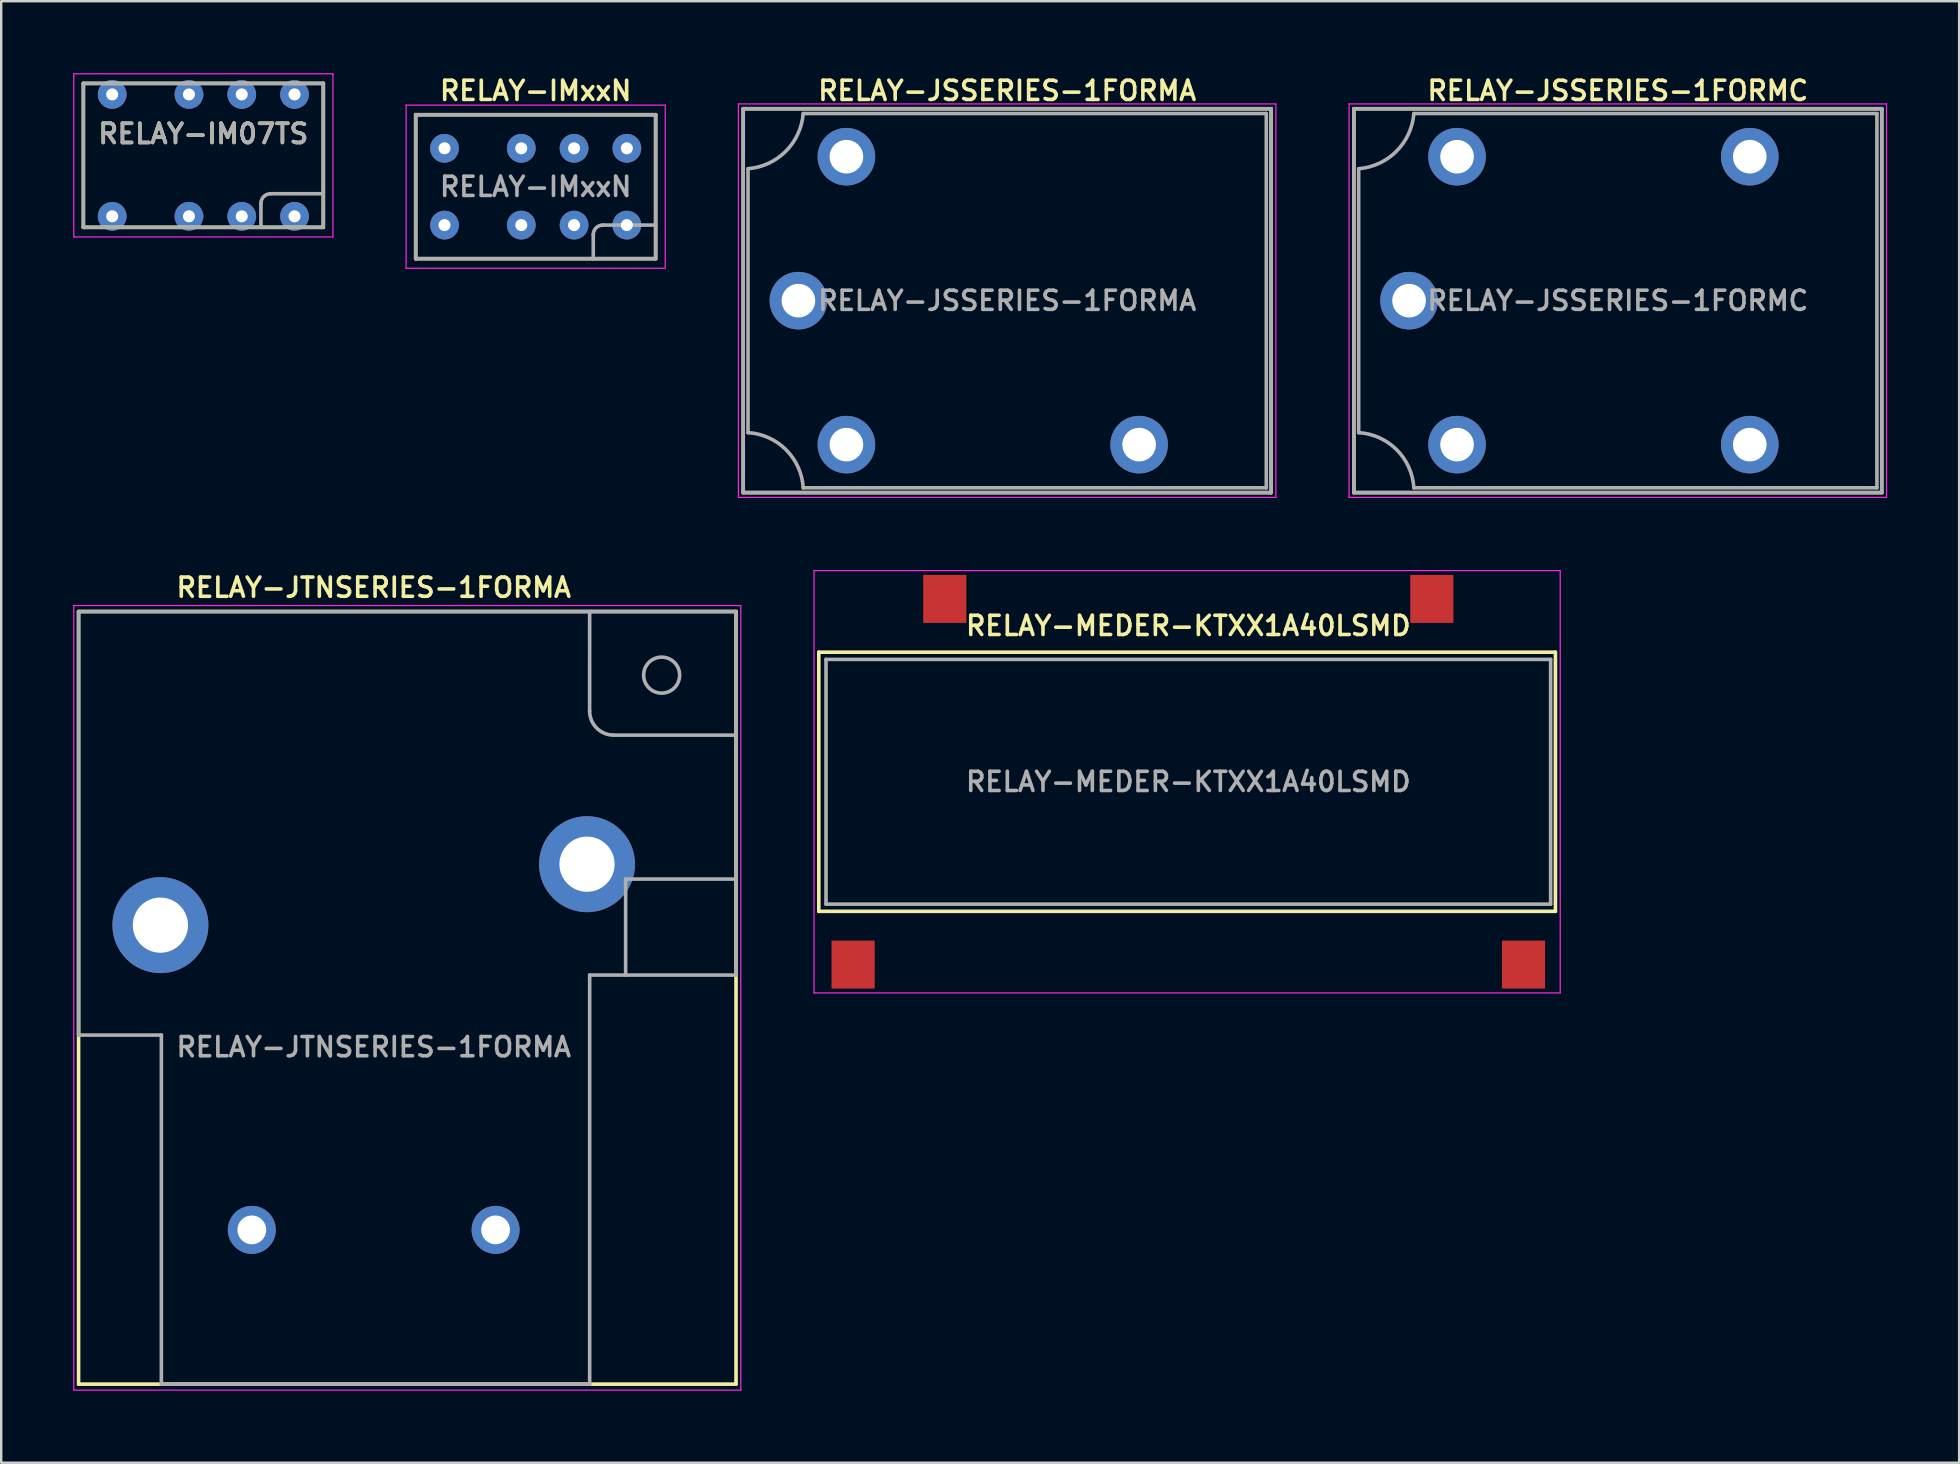
<source format=kicad_pcb>
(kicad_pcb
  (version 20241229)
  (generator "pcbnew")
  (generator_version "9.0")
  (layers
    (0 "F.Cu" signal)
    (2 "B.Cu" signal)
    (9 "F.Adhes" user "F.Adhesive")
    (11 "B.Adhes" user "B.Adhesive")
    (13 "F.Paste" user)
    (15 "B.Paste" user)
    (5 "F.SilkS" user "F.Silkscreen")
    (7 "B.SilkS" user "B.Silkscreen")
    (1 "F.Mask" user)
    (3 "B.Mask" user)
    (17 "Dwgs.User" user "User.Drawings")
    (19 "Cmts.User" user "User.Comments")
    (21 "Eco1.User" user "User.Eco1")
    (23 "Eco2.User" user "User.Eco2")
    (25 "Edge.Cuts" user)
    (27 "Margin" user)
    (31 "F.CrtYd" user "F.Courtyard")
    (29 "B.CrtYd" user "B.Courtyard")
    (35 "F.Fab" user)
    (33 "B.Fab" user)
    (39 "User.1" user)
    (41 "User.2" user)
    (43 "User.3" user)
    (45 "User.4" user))
  (footprint "RELAY-IMxxN"
    (layer "F.Cu")
    (at 19.275 4.731)
    (property "Reference" "RELAY-IMxxN" (at 0 -4 0) (layer "F.SilkS") (effects (font (size 0.8 0.8) (thickness 0.15))))
    (attr through_hole)
    (fp_line (start -5 -3) (end 5 -3) (stroke (width 0.15) (type solid)) (layer "F.SilkS"))
    (fp_line (start -5 3) (end -5 -3) (stroke (width 0.15) (type solid)) (layer "F.SilkS"))
    (fp_line (start 5 -3) (end 5 3) (stroke (width 0.15) (type solid)) (layer "F.SilkS"))
    (fp_line (start 5 3) (end -5 3) (stroke (width 0.15) (type solid)) (layer "F.SilkS"))
    (fp_line (start -5.4 -3.4) (end 5.4 -3.4) (stroke (width 0.05) (type solid)) (layer "F.CrtYd"))
    (fp_line (start -5.4 3.4) (end -5.4 -3.4) (stroke (width 0.05) (type solid)) (layer "F.CrtYd"))
    (fp_line (start 5.4 -3.4) (end 5.4 3.4) (stroke (width 0.05) (type solid)) (layer "F.CrtYd"))
    (fp_line (start 5.4 3.4) (end -5.4 3.4) (stroke (width 0.05) (type solid)) (layer "F.CrtYd"))
    (fp_line (start -5 -3) (end 5 -3) (stroke (width 0.15) (type solid)) (layer "F.Fab"))
    (fp_line (start -5 3) (end -5 -3) (stroke (width 0.15) (type solid)) (layer "F.Fab"))
    (fp_line (start 2.4 3) (end 2.4 2) (stroke (width 0.15) (type solid)) (layer "F.Fab"))
    (fp_line (start 2.8 1.6) (end 5 1.6) (stroke (width 0.15) (type solid)) (layer "F.Fab"))
    (fp_line (start 5 -3) (end 5 3) (stroke (width 0.15) (type solid)) (layer "F.Fab"))
    (fp_line (start 5 3) (end -5 3) (stroke (width 0.15) (type solid)) (layer "F.Fab"))
    (fp_arc (start 2.4 2) (mid 2.517157 1.717157) (end 2.8 1.6) (stroke (width 0.15) (type solid)) (layer "F.Fab"))
    (fp_text user "${REFERENCE}" (at 0 0 0) (layer "F.Fab") (effects (font (size 0.8 0.8) (thickness 0.15))))
    (pad "1" thru_hole circle (at -3.8 1.6) (size 1.2 1.2) (drill 0.5) (layers "*.Cu" "*.Mask"))
    (pad "2" thru_hole circle (at -0.6 1.6) (size 1.2 1.2) (drill 0.5) (layers "*.Cu" "*.Mask"))
    (pad "3" thru_hole circle (at 1.6 1.6) (size 1.2 1.2) (drill 0.5) (layers "*.Cu" "*.Mask"))
    (pad "4" thru_hole circle (at 3.8 1.6) (size 1.2 1.2) (drill 0.5) (layers "*.Cu" "*.Mask"))
    (pad "5" thru_hole circle (at 3.8 -1.6) (size 1.2 1.2) (drill 0.5) (layers "*.Cu" "*.Mask"))
    (pad "6" thru_hole circle (at 1.6 -1.6) (size 1.2 1.2) (drill 0.5) (layers "*.Cu" "*.Mask"))
    (pad "7" thru_hole circle (at -0.6 -1.6) (size 1.2 1.2) (drill 0.5) (layers "*.Cu" "*.Mask"))
    (pad "8" thru_hole circle (at -3.8 -1.6) (size 1.2 1.2) (drill 0.5) (layers "*.Cu" "*.Mask")))
  (footprint "RELAY-MEDER-KTXX1A40LSMD"
    (layer "F.Cu")
    (at 46.475 29.531)
    (property "Reference" "RELAY-MEDER-KTXX1A40LSMD" (at 0 -6.5 0) (layer "F.SilkS") (effects (font (size 0.8 0.8) (thickness 0.15))))
    (attr through_hole)
    (fp_line (start -15.4 -5.4) (end 15.3 -5.4) (stroke (width 0.15) (type solid)) (layer "F.SilkS"))
    (fp_line (start -15.4 5.4) (end -15.4 -5.4) (stroke (width 0.15) (type solid)) (layer "F.SilkS"))
    (fp_line (start 15.3 -5.4) (end 15.3 5.4) (stroke (width 0.15) (type solid)) (layer "F.SilkS"))
    (fp_line (start 15.3 5.4) (end -15.4 5.4) (stroke (width 0.15) (type solid)) (layer "F.SilkS"))
    (fp_line (start -15.6 -8.8) (end 15.5 -8.8) (stroke (width 0.05) (type solid)) (layer "F.CrtYd"))
    (fp_line (start -15.6 8.8) (end -15.6 -8.8) (stroke (width 0.05) (type solid)) (layer "F.CrtYd"))
    (fp_line (start 15.5 -8.8) (end 15.5 8.8) (stroke (width 0.05) (type solid)) (layer "F.CrtYd"))
    (fp_line (start 15.5 8.8) (end -15.6 8.8) (stroke (width 0.05) (type solid)) (layer "F.CrtYd"))
    (fp_line (start -15.1 -5.1) (end 15.1 -5.1) (stroke (width 0.15) (type solid)) (layer "F.Fab"))
    (fp_line (start -15.1 5.1) (end -15.1 -5.1) (stroke (width 0.15) (type solid)) (layer "F.Fab"))
    (fp_line (start 15.1 -5.1) (end 15.1 5.1) (stroke (width 0.15) (type solid)) (layer "F.Fab"))
    (fp_line (start 15.1 5.1) (end -15.1 5.1) (stroke (width 0.15) (type solid)) (layer "F.Fab"))
    (fp_text user "${REFERENCE}" (at 0 0 0) (layer "F.Fab") (effects (font (size 0.8 0.8) (thickness 0.15))))
    (pad "1" smd rect (at -13.97 7.62) (size 1.8 2) (layers "F.Cu" "F.Mask" "F.Paste"))
    (pad "2" smd rect (at 13.97 7.62) (size 1.8 2) (layers "F.Cu" "F.Mask" "F.Paste"))
    (pad "3" smd rect (at 10.15 -7.62) (size 1.8 2) (layers "F.Cu" "F.Mask" "F.Paste"))
    (pad "4" smd rect (at -10.15 -7.62) (size 1.8 2) (layers "F.Cu" "F.Mask" "F.Paste")))
  (footprint "RELAY-JSSERIES-1FORMC"
    (layer "F.Cu")
    (at 64.375 9.481)
    (property "Reference" "RELAY-JSSERIES-1FORMC" (at 0 -8.75 0) (layer "F.SilkS") (effects (font (size 0.8 0.8) (thickness 0.15))))
    (attr through_hole)
    (fp_line (start -11 -8) (end 11 -8) (stroke (width 0.15) (type solid)) (layer "F.SilkS"))
    (fp_line (start -11 8) (end -11 -8) (stroke (width 0.15) (type solid)) (layer "F.SilkS"))
    (fp_line (start 11 -8) (end 11 8) (stroke (width 0.15) (type solid)) (layer "F.SilkS"))
    (fp_line (start 11 8) (end -11 8) (stroke (width 0.15) (type solid)) (layer "F.SilkS"))
    (fp_line (start -11.2 -8.2) (end 11.2 -8.2) (stroke (width 0.05) (type solid)) (layer "F.CrtYd"))
    (fp_line (start -11.2 8.2) (end -11.2 -8.2) (stroke (width 0.05) (type solid)) (layer "F.CrtYd"))
    (fp_line (start 11.2 -8.2) (end 11.2 8.2) (stroke (width 0.05) (type solid)) (layer "F.CrtYd"))
    (fp_line (start 11.2 8.2) (end -11.2 8.2) (stroke (width 0.05) (type solid)) (layer "F.CrtYd"))
    (fp_line (start -11 -8) (end -11 8) (stroke (width 0.15) (type solid)) (layer "F.Fab"))
    (fp_line (start -11 8) (end 11 8) (stroke (width 0.15) (type solid)) (layer "F.Fab"))
    (fp_line (start -10.8 5.5) (end -10.8 -5.5) (stroke (width 0.15) (type solid)) (layer "F.Fab"))
    (fp_line (start -8.5 -7.8) (end 10.8 -7.8) (stroke (width 0.15) (type solid)) (layer "F.Fab"))
    (fp_line (start 10.8 -7.8) (end 10.8 7.8) (stroke (width 0.15) (type solid)) (layer "F.Fab"))
    (fp_line (start 10.8 7.8) (end -8.5 7.8) (stroke (width 0.15) (type solid)) (layer "F.Fab"))
    (fp_line (start 11 -8) (end -11 -8) (stroke (width 0.15) (type solid)) (layer "F.Fab"))
    (fp_line (start 11 8) (end 11 -8) (stroke (width 0.15) (type solid)) (layer "F.Fab"))
    (fp_arc (start -10.8 5.5) (mid -9.214345 6.214345) (end -8.5 7.8) (stroke (width 0.15) (type solid)) (layer "F.Fab"))
    (fp_arc (start -8.5 -7.8) (mid -9.226586 -6.226585) (end -10.800001 -5.5) (stroke (width 0.15) (type solid)) (layer "F.Fab"))
    (fp_text user "${REFERENCE}" (at 0 0 0) (layer "F.Fab") (effects (font (size 0.8 0.8) (thickness 0.15))))
    (pad "1" thru_hole circle (at -8.7 0) (size 2.4 2.4) (drill 1.4) (layers "*.Cu" "*.Mask"))
    (pad "2" thru_hole circle (at -6.7 6) (size 2.4 2.4) (drill 1.4) (layers "*.Cu" "*.Mask"))
    (pad "3" thru_hole circle (at 5.5 6) (size 2.4 2.4) (drill 1.4) (layers "*.Cu" "*.Mask"))
    (pad "4" thru_hole circle (at 5.5 -6) (size 2.4 2.4) (drill 1.4) (layers "*.Cu" "*.Mask"))
    (pad "5" thru_hole circle (at -6.7 -6) (size 2.4 2.4) (drill 1.4) (layers "*.Cu" "*.Mask")))
  (footprint "RELAY-JTNSERIES-1FORMA"
    (layer "F.Cu")
    (at 12.525 40.587)
    (property "Reference" "RELAY-JTNSERIES-1FORMA" (at 0 -19.15 0) (layer "F.SilkS") (effects (font (size 0.8 0.8) (thickness 0.15))))
    (attr through_hole)
    (fp_line (start -12.3 -18.15) (end -12.3 14.05) (stroke (width 0.15) (type solid)) (layer "F.SilkS"))
    (fp_line (start -12.3 14.05) (end 15.1 14.05) (stroke (width 0.15) (type solid)) (layer "F.SilkS"))
    (fp_line (start 15.1 -18.15) (end -12.3 -18.15) (stroke (width 0.15) (type solid)) (layer "F.SilkS"))
    (fp_line (start 15.1 -18.15) (end 15.1 14.05) (stroke (width 0.15) (type solid)) (layer "F.SilkS"))
    (fp_line (start -12.5 -18.4) (end 15.3 -18.4) (stroke (width 0.05) (type solid)) (layer "F.CrtYd"))
    (fp_line (start -12.5 14.3) (end -12.5 -18.4) (stroke (width 0.05) (type solid)) (layer "F.CrtYd"))
    (fp_line (start 15.3 -18.4) (end 15.3 14.3) (stroke (width 0.05) (type solid)) (layer "F.CrtYd"))
    (fp_line (start 15.3 14.3) (end -12.5 14.3) (stroke (width 0.05) (type solid)) (layer "F.CrtYd"))
    (fp_line (start -12.3 -18.15) (end -12.3 -0.5) (stroke (width 0.15) (type solid)) (layer "F.Fab"))
    (fp_line (start -12.3 -18.15) (end 15.1 -18.15) (stroke (width 0.15) (type solid)) (layer "F.Fab"))
    (fp_line (start -8.85 -0.5) (end -12.3 -0.5) (stroke (width 0.15) (type solid)) (layer "F.Fab"))
    (fp_line (start -8.85 -0.5) (end -8.85 14.05) (stroke (width 0.15) (type solid)) (layer "F.Fab"))
    (fp_line (start 9 -18.15) (end 8.999 -14.001) (stroke (width 0.15) (type solid)) (layer "F.Fab"))
    (fp_line (start 9 -3) (end 9 14.05) (stroke (width 0.15) (type solid)) (layer "F.Fab"))
    (fp_line (start 9 14.05) (end -8.85 14.05) (stroke (width 0.15) (type solid)) (layer "F.Fab"))
    (fp_line (start 10 -13) (end 15.1 -13) (stroke (width 0.15) (type solid)) (layer "F.Fab"))
    (fp_line (start 10.5 -7) (end 15.1 -7) (stroke (width 0.15) (type solid)) (layer "F.Fab"))
    (fp_line (start 10.5 -3) (end 10.5 -7) (stroke (width 0.15) (type solid)) (layer "F.Fab"))
    (fp_line (start 15.1 -18.15) (end 15.1 -3) (stroke (width 0.15) (type solid)) (layer "F.Fab"))
    (fp_line (start 15.1 -3) (end 9 -3) (stroke (width 0.15) (type solid)) (layer "F.Fab"))
    (fp_arc (start 10 -13) (mid 9.292893 -13.292893) (end 9 -14) (stroke (width 0.15) (type solid)) (layer "F.Fab"))
    (fp_circle (center 12 -15.5) (end 12.45 -14.9) (stroke (width 0.15) (type solid)) (fill no) (layer "F.Fab"))
    (fp_text user "${REFERENCE}" (at 0 0 0) (layer "F.Fab") (effects (font (size 0.8 0.8) (thickness 0.15))))
    (pad "1" thru_hole circle (at -5.08 7.62) (size 2 2) (drill 1.2) (layers "*.Cu" "*.Mask"))
    (pad "2" thru_hole circle (at 5.08 7.62) (size 2 2) (drill 1.2) (layers "*.Cu" "*.Mask"))
    (pad "3" thru_hole circle (at -8.89 -5.08) (size 4 4) (drill 2.3) (layers "*.Cu" "*.Mask"))
    (pad "4" thru_hole circle (at 8.89 -7.62) (size 4 4) (drill 2.3) (layers "*.Cu" "*.Mask")))
  (footprint "RELAY-IM07TS"
    (layer "F.Cu")
    (at 5.425 3.425)
    (property "Reference" "RELAY-IM07TS" (at 0 -0.9 0) (layer "F.SilkS") (effects (font (size 0.8 0.8) (thickness 0.15))))
    (attr through_hole)
    (fp_line (start -5 -3) (end 5 -3) (stroke (width 0.15) (type solid)) (layer "F.SilkS"))
    (fp_line (start -5 3) (end -5 -3) (stroke (width 0.15) (type solid)) (layer "F.SilkS"))
    (fp_line (start 5 -3) (end 5 3) (stroke (width 0.15) (type solid)) (layer "F.SilkS"))
    (fp_line (start 5 3) (end -5 3) (stroke (width 0.15) (type solid)) (layer "F.SilkS"))
    (fp_line (start -5.4 -3.4) (end 5.4 -3.4) (stroke (width 0.05) (type solid)) (layer "F.CrtYd"))
    (fp_line (start -5.4 3.4) (end -5.4 -3.4) (stroke (width 0.05) (type solid)) (layer "F.CrtYd"))
    (fp_line (start 5.4 -3.4) (end 5.4 3.4) (stroke (width 0.05) (type solid)) (layer "F.CrtYd"))
    (fp_line (start 5.4 3.4) (end -5.4 3.4) (stroke (width 0.05) (type solid)) (layer "F.CrtYd"))
    (fp_line (start -5 -3) (end 5 -3) (stroke (width 0.15) (type solid)) (layer "F.Fab"))
    (fp_line (start -5 3) (end -5 -3) (stroke (width 0.15) (type solid)) (layer "F.Fab"))
    (fp_line (start 2.4 3) (end 2.4 2) (stroke (width 0.15) (type solid)) (layer "F.Fab"))
    (fp_line (start 2.8 1.6) (end 5 1.6) (stroke (width 0.15) (type solid)) (layer "F.Fab"))
    (fp_line (start 5 -3) (end 5 3) (stroke (width 0.15) (type solid)) (layer "F.Fab"))
    (fp_line (start 5 3) (end -5 3) (stroke (width 0.15) (type solid)) (layer "F.Fab"))
    (fp_arc (start 2.4 2) (mid 2.517157 1.717157) (end 2.8 1.6) (stroke (width 0.15) (type solid)) (layer "F.Fab"))
    (fp_text user "${REFERENCE}" (at 0 -0.9 0) (layer "F.Fab") (effects (font (size 0.8 0.8) (thickness 0.15))))
    (pad "1" thru_hole circle (at -3.8 2.54) (size 1.2 1.2) (drill 0.5) (layers "*.Cu" "*.Mask"))
    (pad "2" thru_hole circle (at -0.6 2.54) (size 1.2 1.2) (drill 0.5) (layers "*.Cu" "*.Mask"))
    (pad "3" thru_hole circle (at 1.6 2.54) (size 1.2 1.2) (drill 0.5) (layers "*.Cu" "*.Mask"))
    (pad "4" thru_hole circle (at 3.8 2.54) (size 1.2 1.2) (drill 0.5) (layers "*.Cu" "*.Mask"))
    (pad "5" thru_hole circle (at 3.8 -2.54) (size 1.2 1.2) (drill 0.5) (layers "*.Cu" "*.Mask"))
    (pad "6" thru_hole circle (at 1.6 -2.54) (size 1.2 1.2) (drill 0.5) (layers "*.Cu" "*.Mask"))
    (pad "7" thru_hole circle (at -0.6 -2.54) (size 1.2 1.2) (drill 0.5) (layers "*.Cu" "*.Mask"))
    (pad "8" thru_hole circle (at -3.8 -2.54) (size 1.2 1.2) (drill 0.5) (layers "*.Cu" "*.Mask")))
  (footprint "RELAY-JSSERIES-1FORMA"
    (layer "F.Cu")
    (at 38.925 9.481)
    (property "Reference" "RELAY-JSSERIES-1FORMA" (at 0 -8.75 0) (layer "F.SilkS") (effects (font (size 0.8 0.8) (thickness 0.15))))
    (attr through_hole)
    (fp_line (start -11 -8) (end 11 -8) (stroke (width 0.15) (type solid)) (layer "F.SilkS"))
    (fp_line (start -11 8) (end -11 -8) (stroke (width 0.15) (type solid)) (layer "F.SilkS"))
    (fp_line (start 11 -8) (end 11 8) (stroke (width 0.15) (type solid)) (layer "F.SilkS"))
    (fp_line (start 11 8) (end -11 8) (stroke (width 0.15) (type solid)) (layer "F.SilkS"))
    (fp_line (start -11.2 -8.2) (end 11.2 -8.2) (stroke (width 0.05) (type solid)) (layer "F.CrtYd"))
    (fp_line (start -11.2 8.2) (end -11.2 -8.2) (stroke (width 0.05) (type solid)) (layer "F.CrtYd"))
    (fp_line (start 11.2 -8.2) (end 11.2 8.2) (stroke (width 0.05) (type solid)) (layer "F.CrtYd"))
    (fp_line (start 11.2 8.2) (end -11.2 8.2) (stroke (width 0.05) (type solid)) (layer "F.CrtYd"))
    (fp_line (start -11 -8) (end -11 8) (stroke (width 0.15) (type solid)) (layer "F.Fab"))
    (fp_line (start -11 8) (end 11 8) (stroke (width 0.15) (type solid)) (layer "F.Fab"))
    (fp_line (start -10.8 5.5) (end -10.8 -5.5) (stroke (width 0.15) (type solid)) (layer "F.Fab"))
    (fp_line (start -8.5 -7.8) (end 10.8 -7.8) (stroke (width 0.15) (type solid)) (layer "F.Fab"))
    (fp_line (start 10.8 -7.8) (end 10.8 7.8) (stroke (width 0.15) (type solid)) (layer "F.Fab"))
    (fp_line (start 10.8 7.8) (end -8.5 7.8) (stroke (width 0.15) (type solid)) (layer "F.Fab"))
    (fp_line (start 11 -8) (end -11 -8) (stroke (width 0.15) (type solid)) (layer "F.Fab"))
    (fp_line (start 11 8) (end 11 -8) (stroke (width 0.15) (type solid)) (layer "F.Fab"))
    (fp_arc (start -10.8 5.5) (mid -9.214345 6.214345) (end -8.5 7.8) (stroke (width 0.15) (type solid)) (layer "F.Fab"))
    (fp_arc (start -8.5 -7.8) (mid -9.226586 -6.226585) (end -10.800001 -5.5) (stroke (width 0.15) (type solid)) (layer "F.Fab"))
    (fp_text user "${REFERENCE}" (at 0 0 0) (layer "F.Fab") (effects (font (size 0.8 0.8) (thickness 0.15))))
    (pad "1" thru_hole circle (at -8.7 0) (size 2.4 2.4) (drill 1.4) (layers "*.Cu" "*.Mask"))
    (pad "2" thru_hole circle (at -6.7 6) (size 2.4 2.4) (drill 1.4) (layers "*.Cu" "*.Mask"))
    (pad "3" thru_hole circle (at 5.5 6) (size 2.4 2.4) (drill 1.4) (layers "*.Cu" "*.Mask"))
    (pad "5" thru_hole circle (at -6.7 -6) (size 2.4 2.4) (drill 1.4) (layers "*.Cu" "*.Mask")))
  (gr_rect
    (start -3 -3)
    (end 78.6 57.913)
    (stroke (width 0.1) (type default))
    (fill no)
    (layer "Edge.Cuts")))
</source>
